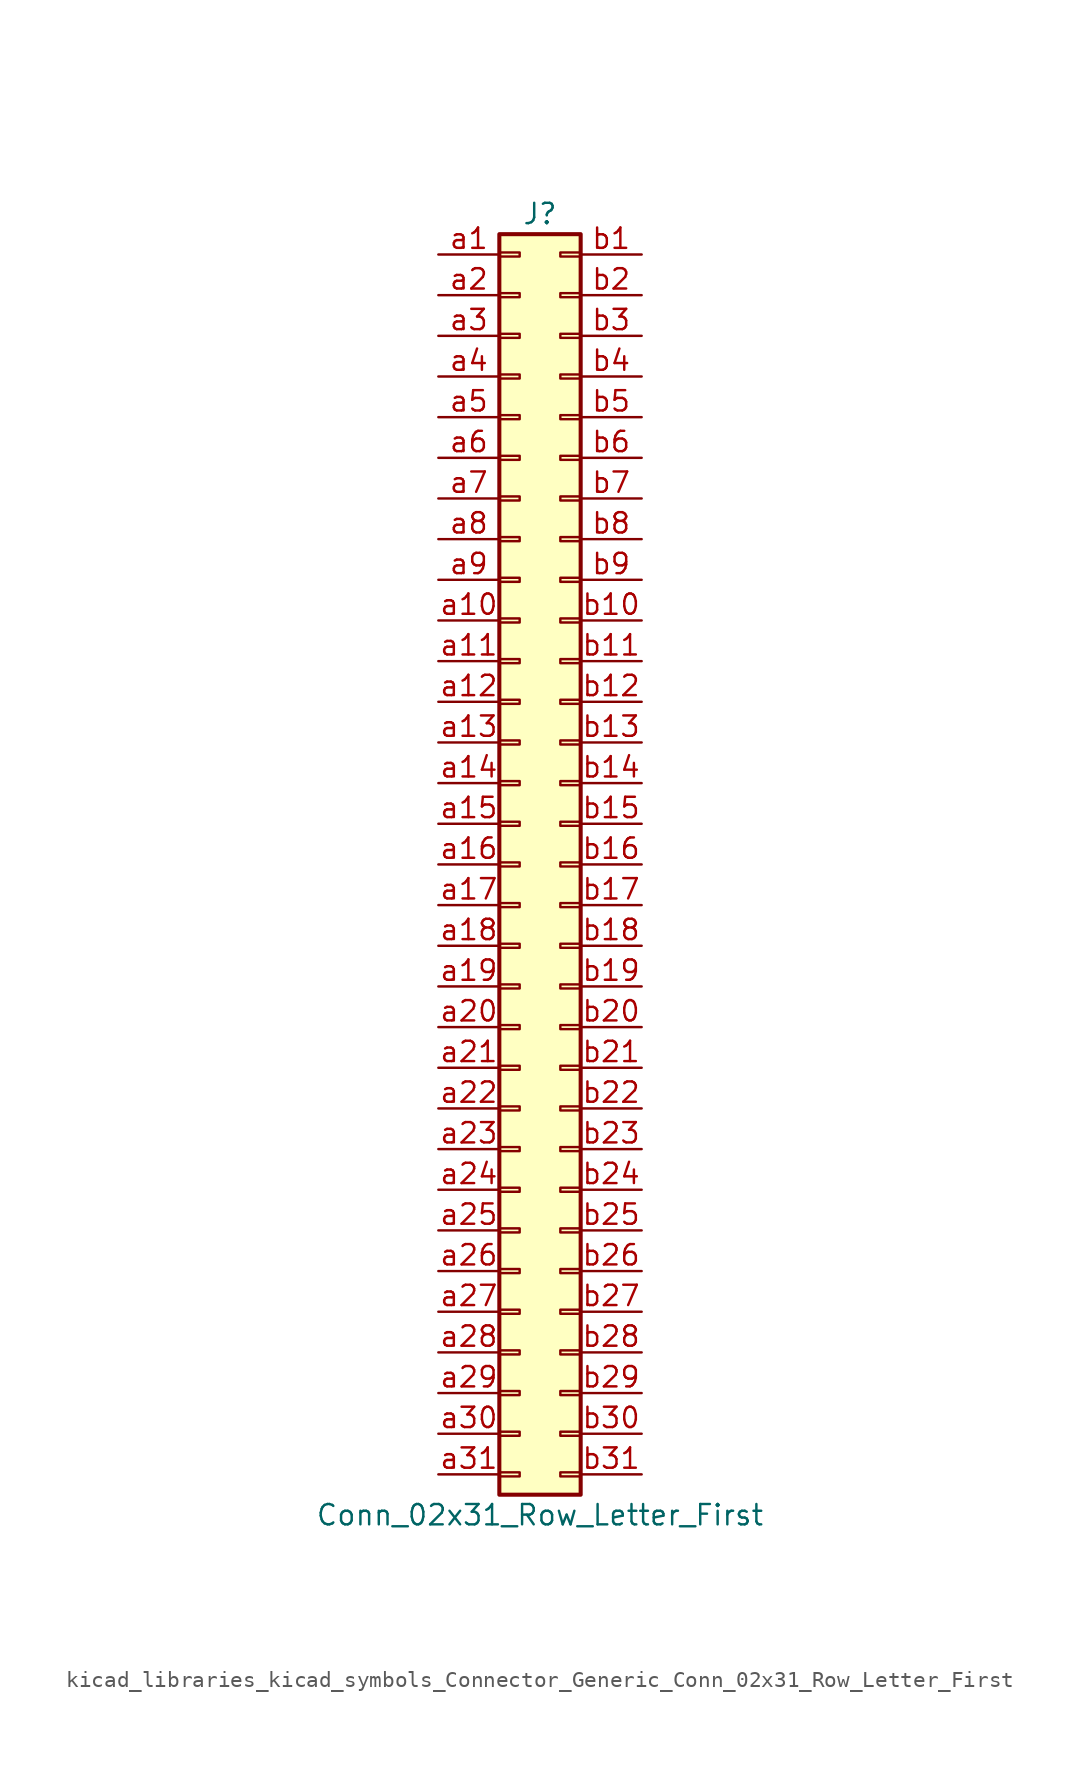
<source format=kicad_sym>
(kicad_symbol_lib
  (version 20220914)
  (generator kicad_symbol_editor)
  (symbol "kicad_libraries_kicad_symbols_Connector_Generic_Conn_02x31_Row_Letter_First"
    (pin_names
      (offset 1.016) hide)
    (property "Reference" "J"
      (at 1.27 40.64 0)
      (effects (font (size 1.27 1.27))))
    (property "Value" "Conn_02x31_Row_Letter_First"
      (at 1.27 -40.64 0)
      (effects (font (size 1.27 1.27))))
    (symbol "kicad_libraries_kicad_symbols_Connector_Generic_Conn_02x31_Row_Letter_First_1_1"
      (rectangle (start -1.27 -37.973) (end 0 -38.227) (stroke (width 0.152) (type default)) (fill (type none)))
      (rectangle (start -1.27 -35.433) (end 0 -35.687) (stroke (width 0.152) (type default)) (fill (type none)))
      (rectangle (start -1.27 -32.893) (end 0 -33.147) (stroke (width 0.152) (type default)) (fill (type none)))
      (rectangle (start -1.27 -30.353) (end 0 -30.607) (stroke (width 0.152) (type default)) (fill (type none)))
      (rectangle (start -1.27 -27.813) (end 0 -28.067) (stroke (width 0.152) (type default)) (fill (type none)))
      (rectangle (start -1.27 -25.273) (end 0 -25.527) (stroke (width 0.152) (type default)) (fill (type none)))
      (rectangle (start -1.27 -22.733) (end 0 -22.987) (stroke (width 0.152) (type default)) (fill (type none)))
      (rectangle (start -1.27 -20.193) (end 0 -20.447) (stroke (width 0.152) (type default)) (fill (type none)))
      (rectangle (start -1.27 -17.653) (end 0 -17.907) (stroke (width 0.152) (type default)) (fill (type none)))
      (rectangle (start -1.27 -15.113) (end 0 -15.367) (stroke (width 0.152) (type default)) (fill (type none)))
      (rectangle (start -1.27 -12.573) (end 0 -12.827) (stroke (width 0.152) (type default)) (fill (type none)))
      (rectangle (start -1.27 -10.033) (end 0 -10.287) (stroke (width 0.152) (type default)) (fill (type none)))
      (rectangle (start -1.27 -7.493) (end 0 -7.747) (stroke (width 0.152) (type default)) (fill (type none)))
      (rectangle (start -1.27 -4.953) (end 0 -5.207) (stroke (width 0.152) (type default)) (fill (type none)))
      (rectangle (start -1.27 -2.413) (end 0 -2.667) (stroke (width 0.152) (type default)) (fill (type none)))
      (rectangle (start -1.27 0.127) (end 0 -0.127) (stroke (width 0.152) (type default)) (fill (type none)))
      (rectangle (start -1.27 2.667) (end 0 2.413) (stroke (width 0.152) (type default)) (fill (type none)))
      (rectangle (start -1.27 5.207) (end 0 4.953) (stroke (width 0.152) (type default)) (fill (type none)))
      (rectangle (start -1.27 7.747) (end 0 7.493) (stroke (width 0.152) (type default)) (fill (type none)))
      (rectangle (start -1.27 10.287) (end 0 10.033) (stroke (width 0.152) (type default)) (fill (type none)))
      (rectangle (start -1.27 12.827) (end 0 12.573) (stroke (width 0.152) (type default)) (fill (type none)))
      (rectangle (start -1.27 15.367) (end 0 15.113) (stroke (width 0.152) (type default)) (fill (type none)))
      (rectangle (start -1.27 17.907) (end 0 17.653) (stroke (width 0.152) (type default)) (fill (type none)))
      (rectangle (start -1.27 20.447) (end 0 20.193) (stroke (width 0.152) (type default)) (fill (type none)))
      (rectangle (start -1.27 22.987) (end 0 22.733) (stroke (width 0.152) (type default)) (fill (type none)))
      (rectangle (start -1.27 25.527) (end 0 25.273) (stroke (width 0.152) (type default)) (fill (type none)))
      (rectangle (start -1.27 28.067) (end 0 27.813) (stroke (width 0.152) (type default)) (fill (type none)))
      (rectangle (start -1.27 30.607) (end 0 30.353) (stroke (width 0.152) (type default)) (fill (type none)))
      (rectangle (start -1.27 33.147) (end 0 32.893) (stroke (width 0.152) (type default)) (fill (type none)))
      (rectangle (start -1.27 35.687) (end 0 35.433) (stroke (width 0.152) (type default)) (fill (type none)))
      (rectangle (start -1.27 38.227) (end 0 37.973) (stroke (width 0.152) (type default)) (fill (type none)))
      (rectangle (start -1.27 39.37) (end 3.81 -39.37) (stroke (width 0.254) (type default)) (fill (type background)))
      (rectangle (start 3.81 -37.973) (end 2.54 -38.227) (stroke (width 0.152) (type default)) (fill (type none)))
      (rectangle (start 3.81 -35.433) (end 2.54 -35.687) (stroke (width 0.152) (type default)) (fill (type none)))
      (rectangle (start 3.81 -32.893) (end 2.54 -33.147) (stroke (width 0.152) (type default)) (fill (type none)))
      (rectangle (start 3.81 -30.353) (end 2.54 -30.607) (stroke (width 0.152) (type default)) (fill (type none)))
      (rectangle (start 3.81 -27.813) (end 2.54 -28.067) (stroke (width 0.152) (type default)) (fill (type none)))
      (rectangle (start 3.81 -25.273) (end 2.54 -25.527) (stroke (width 0.152) (type default)) (fill (type none)))
      (rectangle (start 3.81 -22.733) (end 2.54 -22.987) (stroke (width 0.152) (type default)) (fill (type none)))
      (rectangle (start 3.81 -20.193) (end 2.54 -20.447) (stroke (width 0.152) (type default)) (fill (type none)))
      (rectangle (start 3.81 -17.653) (end 2.54 -17.907) (stroke (width 0.152) (type default)) (fill (type none)))
      (rectangle (start 3.81 -15.113) (end 2.54 -15.367) (stroke (width 0.152) (type default)) (fill (type none)))
      (rectangle (start 3.81 -12.573) (end 2.54 -12.827) (stroke (width 0.152) (type default)) (fill (type none)))
      (rectangle (start 3.81 -10.033) (end 2.54 -10.287) (stroke (width 0.152) (type default)) (fill (type none)))
      (rectangle (start 3.81 -7.493) (end 2.54 -7.747) (stroke (width 0.152) (type default)) (fill (type none)))
      (rectangle (start 3.81 -4.953) (end 2.54 -5.207) (stroke (width 0.152) (type default)) (fill (type none)))
      (rectangle (start 3.81 -2.413) (end 2.54 -2.667) (stroke (width 0.152) (type default)) (fill (type none)))
      (rectangle (start 3.81 0.127) (end 2.54 -0.127) (stroke (width 0.152) (type default)) (fill (type none)))
      (rectangle (start 3.81 2.667) (end 2.54 2.413) (stroke (width 0.152) (type default)) (fill (type none)))
      (rectangle (start 3.81 5.207) (end 2.54 4.953) (stroke (width 0.152) (type default)) (fill (type none)))
      (rectangle (start 3.81 7.747) (end 2.54 7.493) (stroke (width 0.152) (type default)) (fill (type none)))
      (rectangle (start 3.81 10.287) (end 2.54 10.033) (stroke (width 0.152) (type default)) (fill (type none)))
      (rectangle (start 3.81 12.827) (end 2.54 12.573) (stroke (width 0.152) (type default)) (fill (type none)))
      (rectangle (start 3.81 15.367) (end 2.54 15.113) (stroke (width 0.152) (type default)) (fill (type none)))
      (rectangle (start 3.81 17.907) (end 2.54 17.653) (stroke (width 0.152) (type default)) (fill (type none)))
      (rectangle (start 3.81 20.447) (end 2.54 20.193) (stroke (width 0.152) (type default)) (fill (type none)))
      (rectangle (start 3.81 22.987) (end 2.54 22.733) (stroke (width 0.152) (type default)) (fill (type none)))
      (rectangle (start 3.81 25.527) (end 2.54 25.273) (stroke (width 0.152) (type default)) (fill (type none)))
      (rectangle (start 3.81 28.067) (end 2.54 27.813) (stroke (width 0.152) (type default)) (fill (type none)))
      (rectangle (start 3.81 30.607) (end 2.54 30.353) (stroke (width 0.152) (type default)) (fill (type none)))
      (rectangle (start 3.81 33.147) (end 2.54 32.893) (stroke (width 0.152) (type default)) (fill (type none)))
      (rectangle (start 3.81 35.687) (end 2.54 35.433) (stroke (width 0.152) (type default)) (fill (type none)))
      (rectangle (start 3.81 38.227) (end 2.54 37.973) (stroke (width 0.152) (type default)) (fill (type none)))
      (pin passive line (at -5.08 38.1 0) (length 3.81) (name "Pin_a1" (effects (font (size 1.27 1.27)))) (number "a1" (effects (font (size 1.27 1.27)))))
      (pin passive line (at -5.08 15.24 0) (length 3.81) (name "Pin_a10" (effects (font (size 1.27 1.27)))) (number "a10" (effects (font (size 1.27 1.27)))))
      (pin passive line (at -5.08 12.7 0) (length 3.81) (name "Pin_a11" (effects (font (size 1.27 1.27)))) (number "a11" (effects (font (size 1.27 1.27)))))
      (pin passive line (at -5.08 10.16 0) (length 3.81) (name "Pin_a12" (effects (font (size 1.27 1.27)))) (number "a12" (effects (font (size 1.27 1.27)))))
      (pin passive line (at -5.08 7.62 0) (length 3.81) (name "Pin_a13" (effects (font (size 1.27 1.27)))) (number "a13" (effects (font (size 1.27 1.27)))))
      (pin passive line (at -5.08 5.08 0) (length 3.81) (name "Pin_a14" (effects (font (size 1.27 1.27)))) (number "a14" (effects (font (size 1.27 1.27)))))
      (pin passive line (at -5.08 2.54 0) (length 3.81) (name "Pin_a15" (effects (font (size 1.27 1.27)))) (number "a15" (effects (font (size 1.27 1.27)))))
      (pin passive line (at -5.08 0 0) (length 3.81) (name "Pin_a16" (effects (font (size 1.27 1.27)))) (number "a16" (effects (font (size 1.27 1.27)))))
      (pin passive line (at -5.08 -2.54 0) (length 3.81) (name "Pin_a17" (effects (font (size 1.27 1.27)))) (number "a17" (effects (font (size 1.27 1.27)))))
      (pin passive line (at -5.08 -5.08 0) (length 3.81) (name "Pin_a18" (effects (font (size 1.27 1.27)))) (number "a18" (effects (font (size 1.27 1.27)))))
      (pin passive line (at -5.08 -7.62 0) (length 3.81) (name "Pin_a19" (effects (font (size 1.27 1.27)))) (number "a19" (effects (font (size 1.27 1.27)))))
      (pin passive line (at -5.08 35.56 0) (length 3.81) (name "Pin_a2" (effects (font (size 1.27 1.27)))) (number "a2" (effects (font (size 1.27 1.27)))))
      (pin passive line (at -5.08 -10.16 0) (length 3.81) (name "Pin_a20" (effects (font (size 1.27 1.27)))) (number "a20" (effects (font (size 1.27 1.27)))))
      (pin passive line (at -5.08 -12.7 0) (length 3.81) (name "Pin_a21" (effects (font (size 1.27 1.27)))) (number "a21" (effects (font (size 1.27 1.27)))))
      (pin passive line (at -5.08 -15.24 0) (length 3.81) (name "Pin_a22" (effects (font (size 1.27 1.27)))) (number "a22" (effects (font (size 1.27 1.27)))))
      (pin passive line (at -5.08 -17.78 0) (length 3.81) (name "Pin_a23" (effects (font (size 1.27 1.27)))) (number "a23" (effects (font (size 1.27 1.27)))))
      (pin passive line (at -5.08 -20.32 0) (length 3.81) (name "Pin_a24" (effects (font (size 1.27 1.27)))) (number "a24" (effects (font (size 1.27 1.27)))))
      (pin passive line (at -5.08 -22.86 0) (length 3.81) (name "Pin_a25" (effects (font (size 1.27 1.27)))) (number "a25" (effects (font (size 1.27 1.27)))))
      (pin passive line (at -5.08 -25.4 0) (length 3.81) (name "Pin_a26" (effects (font (size 1.27 1.27)))) (number "a26" (effects (font (size 1.27 1.27)))))
      (pin passive line (at -5.08 -27.94 0) (length 3.81) (name "Pin_a27" (effects (font (size 1.27 1.27)))) (number "a27" (effects (font (size 1.27 1.27)))))
      (pin passive line (at -5.08 -30.48 0) (length 3.81) (name "Pin_a28" (effects (font (size 1.27 1.27)))) (number "a28" (effects (font (size 1.27 1.27)))))
      (pin passive line (at -5.08 -33.02 0) (length 3.81) (name "Pin_a29" (effects (font (size 1.27 1.27)))) (number "a29" (effects (font (size 1.27 1.27)))))
      (pin passive line (at -5.08 33.02 0) (length 3.81) (name "Pin_a3" (effects (font (size 1.27 1.27)))) (number "a3" (effects (font (size 1.27 1.27)))))
      (pin passive line (at -5.08 -35.56 0) (length 3.81) (name "Pin_a30" (effects (font (size 1.27 1.27)))) (number "a30" (effects (font (size 1.27 1.27)))))
      (pin passive line (at -5.08 -38.1 0) (length 3.81) (name "Pin_a31" (effects (font (size 1.27 1.27)))) (number "a31" (effects (font (size 1.27 1.27)))))
      (pin passive line (at -5.08 30.48 0) (length 3.81) (name "Pin_a4" (effects (font (size 1.27 1.27)))) (number "a4" (effects (font (size 1.27 1.27)))))
      (pin passive line (at -5.08 27.94 0) (length 3.81) (name "Pin_a5" (effects (font (size 1.27 1.27)))) (number "a5" (effects (font (size 1.27 1.27)))))
      (pin passive line (at -5.08 25.4 0) (length 3.81) (name "Pin_a6" (effects (font (size 1.27 1.27)))) (number "a6" (effects (font (size 1.27 1.27)))))
      (pin passive line (at -5.08 22.86 0) (length 3.81) (name "Pin_a7" (effects (font (size 1.27 1.27)))) (number "a7" (effects (font (size 1.27 1.27)))))
      (pin passive line (at -5.08 20.32 0) (length 3.81) (name "Pin_a8" (effects (font (size 1.27 1.27)))) (number "a8" (effects (font (size 1.27 1.27)))))
      (pin passive line (at -5.08 17.78 0) (length 3.81) (name "Pin_a9" (effects (font (size 1.27 1.27)))) (number "a9" (effects (font (size 1.27 1.27)))))
      (pin passive line (at 7.62 38.1 180) (length 3.81) (name "Pin_b1" (effects (font (size 1.27 1.27)))) (number "b1" (effects (font (size 1.27 1.27)))))
      (pin passive line (at 7.62 15.24 180) (length 3.81) (name "Pin_b10" (effects (font (size 1.27 1.27)))) (number "b10" (effects (font (size 1.27 1.27)))))
      (pin passive line (at 7.62 12.7 180) (length 3.81) (name "Pin_b11" (effects (font (size 1.27 1.27)))) (number "b11" (effects (font (size 1.27 1.27)))))
      (pin passive line (at 7.62 10.16 180) (length 3.81) (name "Pin_b12" (effects (font (size 1.27 1.27)))) (number "b12" (effects (font (size 1.27 1.27)))))
      (pin passive line (at 7.62 7.62 180) (length 3.81) (name "Pin_b13" (effects (font (size 1.27 1.27)))) (number "b13" (effects (font (size 1.27 1.27)))))
      (pin passive line (at 7.62 5.08 180) (length 3.81) (name "Pin_b14" (effects (font (size 1.27 1.27)))) (number "b14" (effects (font (size 1.27 1.27)))))
      (pin passive line (at 7.62 2.54 180) (length 3.81) (name "Pin_b15" (effects (font (size 1.27 1.27)))) (number "b15" (effects (font (size 1.27 1.27)))))
      (pin passive line (at 7.62 0 180) (length 3.81) (name "Pin_b16" (effects (font (size 1.27 1.27)))) (number "b16" (effects (font (size 1.27 1.27)))))
      (pin passive line (at 7.62 -2.54 180) (length 3.81) (name "Pin_b17" (effects (font (size 1.27 1.27)))) (number "b17" (effects (font (size 1.27 1.27)))))
      (pin passive line (at 7.62 -5.08 180) (length 3.81) (name "Pin_b18" (effects (font (size 1.27 1.27)))) (number "b18" (effects (font (size 1.27 1.27)))))
      (pin passive line (at 7.62 -7.62 180) (length 3.81) (name "Pin_b19" (effects (font (size 1.27 1.27)))) (number "b19" (effects (font (size 1.27 1.27)))))
      (pin passive line (at 7.62 35.56 180) (length 3.81) (name "Pin_b2" (effects (font (size 1.27 1.27)))) (number "b2" (effects (font (size 1.27 1.27)))))
      (pin passive line (at 7.62 -10.16 180) (length 3.81) (name "Pin_b20" (effects (font (size 1.27 1.27)))) (number "b20" (effects (font (size 1.27 1.27)))))
      (pin passive line (at 7.62 -12.7 180) (length 3.81) (name "Pin_b21" (effects (font (size 1.27 1.27)))) (number "b21" (effects (font (size 1.27 1.27)))))
      (pin passive line (at 7.62 -15.24 180) (length 3.81) (name "Pin_b22" (effects (font (size 1.27 1.27)))) (number "b22" (effects (font (size 1.27 1.27)))))
      (pin passive line (at 7.62 -17.78 180) (length 3.81) (name "Pin_b23" (effects (font (size 1.27 1.27)))) (number "b23" (effects (font (size 1.27 1.27)))))
      (pin passive line (at 7.62 -20.32 180) (length 3.81) (name "Pin_b24" (effects (font (size 1.27 1.27)))) (number "b24" (effects (font (size 1.27 1.27)))))
      (pin passive line (at 7.62 -22.86 180) (length 3.81) (name "Pin_b25" (effects (font (size 1.27 1.27)))) (number "b25" (effects (font (size 1.27 1.27)))))
      (pin passive line (at 7.62 -25.4 180) (length 3.81) (name "Pin_b26" (effects (font (size 1.27 1.27)))) (number "b26" (effects (font (size 1.27 1.27)))))
      (pin passive line (at 7.62 -27.94 180) (length 3.81) (name "Pin_b27" (effects (font (size 1.27 1.27)))) (number "b27" (effects (font (size 1.27 1.27)))))
      (pin passive line (at 7.62 -30.48 180) (length 3.81) (name "Pin_b28" (effects (font (size 1.27 1.27)))) (number "b28" (effects (font (size 1.27 1.27)))))
      (pin passive line (at 7.62 -33.02 180) (length 3.81) (name "Pin_b29" (effects (font (size 1.27 1.27)))) (number "b29" (effects (font (size 1.27 1.27)))))
      (pin passive line (at 7.62 33.02 180) (length 3.81) (name "Pin_b3" (effects (font (size 1.27 1.27)))) (number "b3" (effects (font (size 1.27 1.27)))))
      (pin passive line (at 7.62 -35.56 180) (length 3.81) (name "Pin_b30" (effects (font (size 1.27 1.27)))) (number "b30" (effects (font (size 1.27 1.27)))))
      (pin passive line (at 7.62 -38.1 180) (length 3.81) (name "Pin_b31" (effects (font (size 1.27 1.27)))) (number "b31" (effects (font (size 1.27 1.27)))))
      (pin passive line (at 7.62 30.48 180) (length 3.81) (name "Pin_b4" (effects (font (size 1.27 1.27)))) (number "b4" (effects (font (size 1.27 1.27)))))
      (pin passive line (at 7.62 27.94 180) (length 3.81) (name "Pin_b5" (effects (font (size 1.27 1.27)))) (number "b5" (effects (font (size 1.27 1.27)))))
      (pin passive line (at 7.62 25.4 180) (length 3.81) (name "Pin_b6" (effects (font (size 1.27 1.27)))) (number "b6" (effects (font (size 1.27 1.27)))))
      (pin passive line (at 7.62 22.86 180) (length 3.81) (name "Pin_b7" (effects (font (size 1.27 1.27)))) (number "b7" (effects (font (size 1.27 1.27)))))
      (pin passive line (at 7.62 20.32 180) (length 3.81) (name "Pin_b8" (effects (font (size 1.27 1.27)))) (number "b8" (effects (font (size 1.27 1.27)))))
      (pin passive line (at 7.62 17.78 180) (length 3.81) (name "Pin_b9" (effects (font (size 1.27 1.27)))) (number "b9" (effects (font (size 1.27 1.27))))))))
</source>
